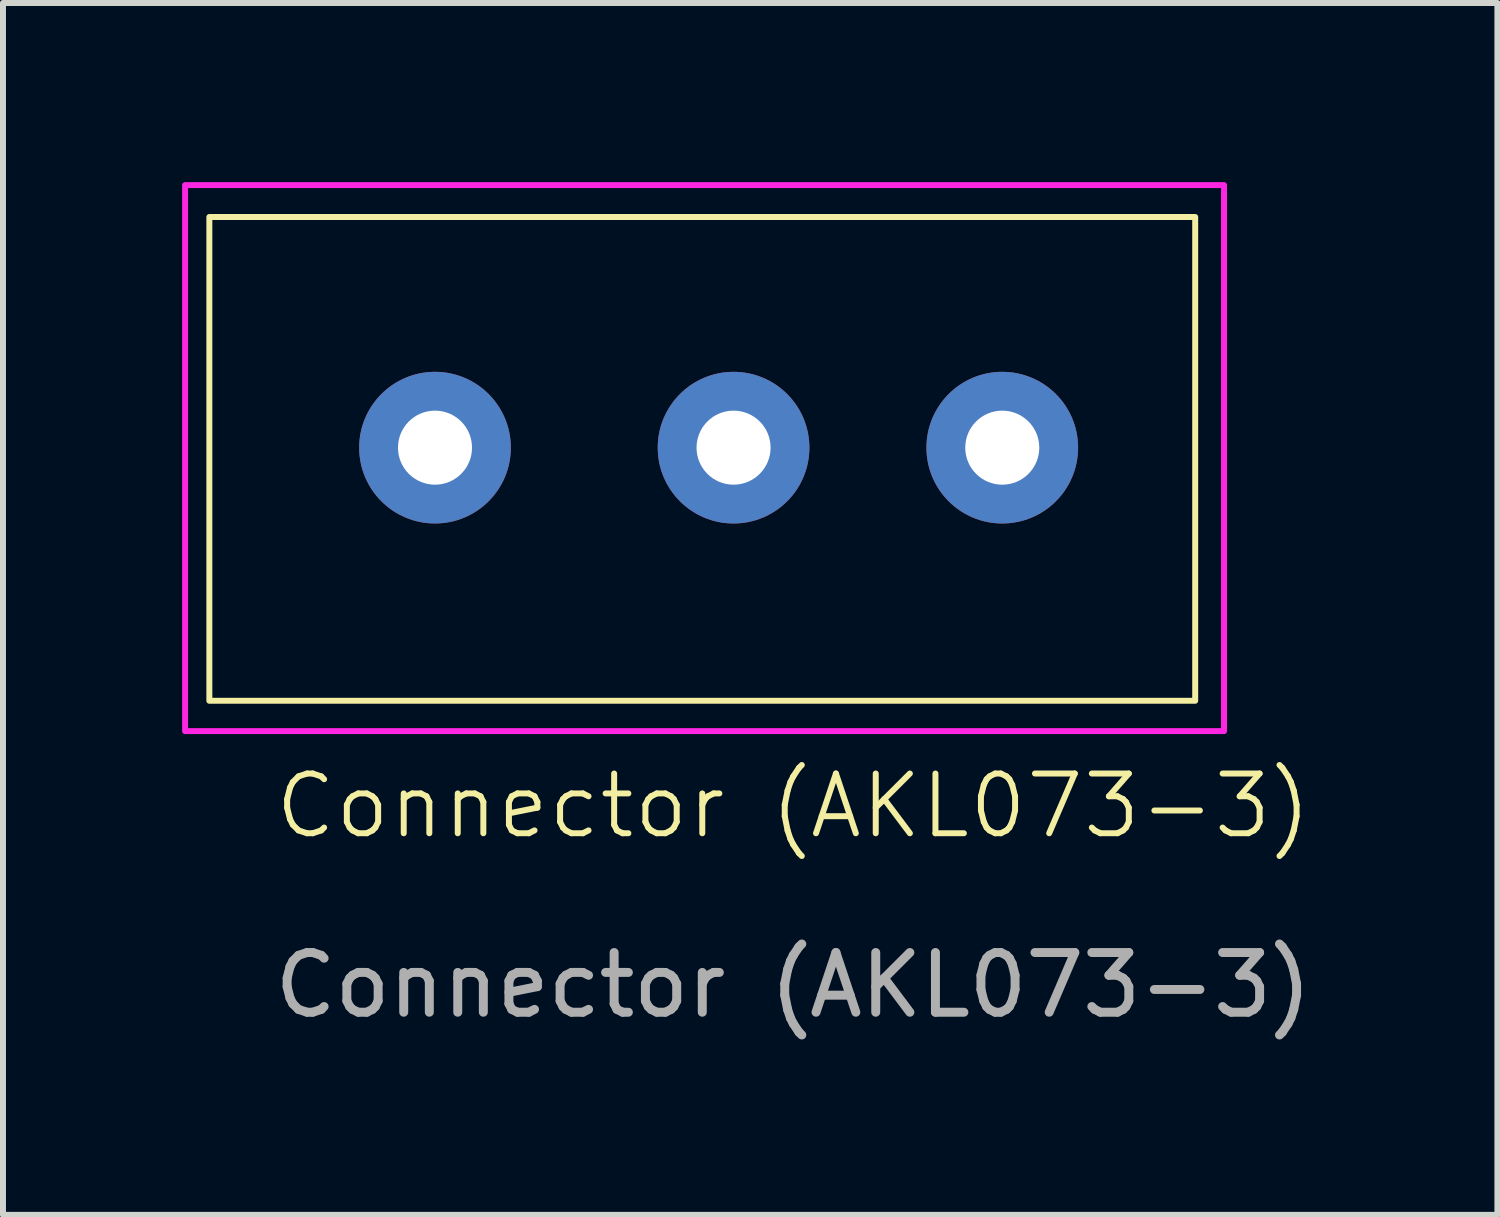
<source format=kicad_pcb>
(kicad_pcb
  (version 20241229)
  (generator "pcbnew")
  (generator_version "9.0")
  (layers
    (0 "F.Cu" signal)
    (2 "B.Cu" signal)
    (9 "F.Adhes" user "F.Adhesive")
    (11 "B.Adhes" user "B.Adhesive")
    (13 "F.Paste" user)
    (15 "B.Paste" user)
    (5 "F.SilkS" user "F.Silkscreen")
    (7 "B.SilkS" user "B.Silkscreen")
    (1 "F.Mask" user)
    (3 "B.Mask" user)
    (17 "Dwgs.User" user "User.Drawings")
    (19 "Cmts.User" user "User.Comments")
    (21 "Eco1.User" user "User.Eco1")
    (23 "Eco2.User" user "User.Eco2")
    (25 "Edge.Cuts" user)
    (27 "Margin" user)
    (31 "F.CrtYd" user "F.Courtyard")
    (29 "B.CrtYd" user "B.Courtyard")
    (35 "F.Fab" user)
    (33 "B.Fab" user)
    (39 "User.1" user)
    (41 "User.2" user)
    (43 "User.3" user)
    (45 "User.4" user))
  (footprint "Connector (AKL073-3)"
    (layer "F.Cu")
    (at 10.235 10.947)
    (property "Reference" "Connector (AKL073-3)" (at 0 -0.5 0) (unlocked yes) (layer "F.SilkS") (effects (font (size 1 1) (thickness 0.1))))
    (attr smd)
    (fp_rect (start -9.779 -10.363) (end 6.731 -2.261) (stroke (width 0.1) (type default)) (fill no) (layer "F.SilkS"))
    (fp_rect (start -10.185 -10.897) (end 7.214 -1.753) (stroke (width 0.1) (type default)) (fill no) (layer "F.CrtYd"))
    (fp_text user "${REFERENCE}" (at 0 2.5 0) (unlocked yes) (layer "F.Fab") (effects (font (size 1 1) (thickness 0.15))))
    (pad "1" thru_hole circle (at -6 -6.5) (size 2.54 2.54) (drill 1.24) (layers "*.Cu" "*.Mask"))
    (pad "2" thru_hole circle (at -1 -6.5) (size 2.54 2.54) (drill 1.24) (layers "*.Cu" "*.Mask"))
    (pad "3" thru_hole circle (at 3.5 -6.5) (size 2.54 2.54) (drill 1.24) (layers "*.Cu" "*.Mask")))
  (gr_rect
    (start -3 -3)
    (end 22.027 17.295)
    (stroke (width 0.1) (type default))
    (fill no)
    (layer "Edge.Cuts")))
</source>
